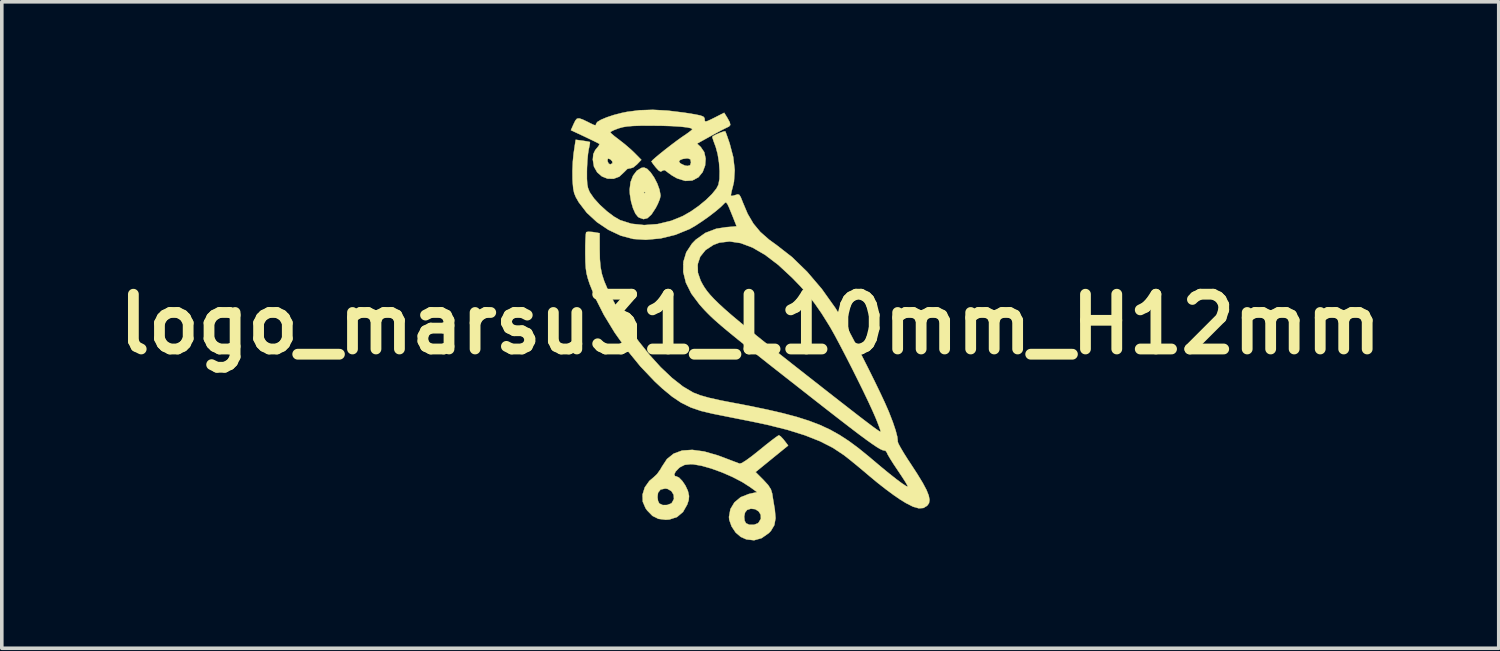
<source format=kicad_pcb>
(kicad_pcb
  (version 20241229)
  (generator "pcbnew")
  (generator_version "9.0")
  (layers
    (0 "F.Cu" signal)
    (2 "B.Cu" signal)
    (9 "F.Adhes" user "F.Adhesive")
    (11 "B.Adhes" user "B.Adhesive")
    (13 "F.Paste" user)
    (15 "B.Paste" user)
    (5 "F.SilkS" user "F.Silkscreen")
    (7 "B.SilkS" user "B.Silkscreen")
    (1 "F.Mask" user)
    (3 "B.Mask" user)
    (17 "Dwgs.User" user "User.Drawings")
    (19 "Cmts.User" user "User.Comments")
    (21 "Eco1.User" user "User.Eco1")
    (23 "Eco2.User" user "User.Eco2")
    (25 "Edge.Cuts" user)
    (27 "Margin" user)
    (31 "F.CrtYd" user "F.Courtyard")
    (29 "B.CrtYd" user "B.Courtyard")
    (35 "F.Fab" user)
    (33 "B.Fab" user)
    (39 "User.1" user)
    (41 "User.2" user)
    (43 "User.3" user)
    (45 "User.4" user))
  (footprint "logo_marsu31_L10mm_H12mm"
    (layer "F.Cu")
    (at 17.824 5.97)
    (property "Reference" "logo_marsu31_L10mm_H12mm" (at 0 0 0) (layer "F.SilkS") (effects (font (size 1.524 1.524) (thickness 0.3))))
    (attr through_hole)
    (fp_poly (pts (xy -2.87 -4.323) (xy -2.772 -4.223) (xy -2.674 -4.08) (xy -2.588 -3.914) (xy -2.526 -3.744) (xy -2.498 -3.589) (xy -2.498 -3.569) (xy -2.518 -3.48) (xy -2.571 -3.351) (xy -2.629 -3.237) (xy -2.748 -3.055) (xy -2.859 -2.952) (xy -2.97 -2.923) (xy -3.09 -2.965) (xy -3.123 -2.986) (xy -3.196 -3.077) (xy -3.263 -3.228) (xy -3.317 -3.416) (xy -3.35 -3.618) (xy -3.352 -3.662) (xy -2.963 -3.662) (xy -2.942 -3.641) (xy -2.921 -3.662) (xy -2.942 -3.683) (xy -2.963 -3.662) (xy -3.352 -3.662) (xy -3.356 -3.747) (xy -3.331 -3.953) (xy -3.261 -4.133) (xy -3.157 -4.27) (xy -3.031 -4.348) (xy -2.957 -4.36) (xy -2.87 -4.323)) (stroke (width 0.01) (type solid)) (fill yes) (layer "F.SilkS"))
    (fp_poly (pts (xy 0.845 3.121) (xy 0.918 3.199) (xy 0.945 3.233) (xy 1.054 3.375) (xy 0.6 3.744) (xy 0.147 4.113) (xy 0.366 4.332) (xy 0.497 4.475) (xy 0.573 4.593) (xy 0.609 4.71) (xy 0.611 4.72) (xy 0.632 4.858) (xy 0.661 5.032) (xy 0.682 5.152) (xy 0.703 5.396) (xy 0.669 5.59) (xy 0.574 5.75) (xy 0.518 5.809) (xy 0.315 5.952) (xy 0.105 6.011) (xy -0.11 5.986) (xy -0.265 5.917) (xy -0.407 5.796) (xy -0.52 5.626) (xy -0.585 5.443) (xy -0.593 5.362) (xy -0.591 5.353) (xy -0.17 5.353) (xy -0.157 5.469) (xy -0.119 5.537) (xy -0.024 5.581) (xy 0.1 5.581) (xy 0.209 5.539) (xy 0.23 5.521) (xy 0.295 5.412) (xy 0.291 5.302) (xy 0.234 5.208) (xy 0.137 5.146) (xy 0.015 5.133) (xy -0.087 5.166) (xy -0.146 5.239) (xy -0.17 5.353) (xy -0.591 5.353) (xy -0.553 5.144) (xy -0.441 4.957) (xy -0.268 4.813) (xy -0.043 4.724) (xy -0.034 4.722) (xy 0.189 4.672) (xy -0.001 4.534) (xy -0.229 4.388) (xy -0.499 4.248) (xy -0.791 4.121) (xy -1.083 4.015) (xy -1.355 3.938) (xy -1.587 3.898) (xy -1.663 3.895) (xy -1.825 3.913) (xy -1.952 3.977) (xy -1.986 4.004) (xy -2.077 4.099) (xy -2.115 4.178) (xy -2.094 4.226) (xy -2.057 4.233) (xy -1.981 4.269) (xy -1.892 4.361) (xy -1.806 4.488) (xy -1.741 4.626) (xy -1.731 4.657) (xy -1.704 4.78) (xy -1.713 4.89) (xy -1.754 5.016) (xy -1.872 5.224) (xy -2.038 5.364) (xy -2.249 5.433) (xy -2.354 5.44) (xy -2.556 5.415) (xy -2.721 5.333) (xy -2.869 5.181) (xy -2.914 5.118) (xy -2.992 4.936) (xy -2.995 4.805) (xy -2.582 4.805) (xy -2.567 4.914) (xy -2.532 4.987) (xy -2.437 5.031) (xy -2.313 5.03) (xy -2.204 4.988) (xy -2.183 4.971) (xy -2.124 4.862) (xy -2.132 4.745) (xy -2.195 4.643) (xy -2.303 4.581) (xy -2.369 4.572) (xy -2.496 4.6) (xy -2.566 4.688) (xy -2.582 4.805) (xy -2.995 4.805) (xy -2.997 4.737) (xy -2.935 4.539) (xy -2.809 4.361) (xy -2.685 4.256) (xy -2.593 4.169) (xy -2.501 4.04) (xy -2.462 3.97) (xy -2.319 3.752) (xy -2.131 3.601) (xy -1.897 3.515) (xy -1.615 3.496) (xy -1.282 3.541) (xy -0.897 3.652) (xy -0.744 3.709) (xy -0.571 3.775) (xy -0.424 3.831) (xy -0.322 3.869) (xy -0.294 3.879) (xy -0.234 3.861) (xy -0.118 3.789) (xy 0.045 3.67) (xy 0.25 3.507) (xy 0.264 3.495) (xy 0.438 3.354) (xy 0.591 3.234) (xy 0.71 3.145) (xy 0.782 3.097) (xy 0.796 3.09) (xy 0.845 3.121)) (stroke (width 0.01) (type solid)) (fill yes) (layer "F.SilkS"))
    (fp_poly (pts (xy -2.302 -5.943) (xy -1.837 -5.886) (xy -1.544 -5.839) (xy -1.392 -5.808) (xy -1.308 -5.777) (xy -1.274 -5.737) (xy -1.27 -5.711) (xy -1.267 -5.66) (xy -1.249 -5.639) (xy -1.2 -5.649) (xy -1.104 -5.692) (xy -0.975 -5.756) (xy -0.726 -5.883) (xy -0.638 -5.741) (xy -0.571 -5.618) (xy -0.556 -5.543) (xy -0.595 -5.498) (xy -0.624 -5.485) (xy -0.691 -5.453) (xy -0.813 -5.391) (xy -0.969 -5.307) (xy -1.089 -5.241) (xy -1.48 -5.025) (xy -1.378 -4.93) (xy -1.281 -4.787) (xy -1.242 -4.607) (xy -1.257 -4.415) (xy -1.325 -4.233) (xy -1.443 -4.088) (xy -1.612 -3.999) (xy -1.808 -3.987) (xy -2.026 -4.054) (xy -2.051 -4.066) (xy -2.179 -4.139) (xy -2.287 -4.216) (xy -2.307 -4.233) (xy -2.381 -4.287) (xy -2.434 -4.278) (xy -2.45 -4.265) (xy -2.494 -4.245) (xy -2.551 -4.278) (xy -2.626 -4.36) (xy -2.7 -4.453) (xy -2.743 -4.517) (xy -2.749 -4.53) (xy -2.747 -4.531) (xy -1.985 -4.531) (xy -1.957 -4.488) (xy -1.929 -4.465) (xy -1.822 -4.415) (xy -1.749 -4.403) (xy -1.674 -4.422) (xy -1.651 -4.496) (xy -1.651 -4.508) (xy -1.666 -4.586) (xy -1.729 -4.612) (xy -1.767 -4.614) (xy -1.878 -4.598) (xy -1.947 -4.571) (xy -1.985 -4.531) (xy -2.747 -4.531) (xy -2.716 -4.567) (xy -2.631 -4.643) (xy -2.506 -4.747) (xy -2.357 -4.866) (xy -2.198 -4.989) (xy -2.044 -5.105) (xy -1.909 -5.202) (xy -1.847 -5.244) (xy -1.728 -5.326) (xy -1.643 -5.392) (xy -1.611 -5.426) (xy -1.649 -5.453) (xy -1.763 -5.477) (xy -1.943 -5.497) (xy -2.179 -5.512) (xy -2.462 -5.521) (xy -2.773 -5.524) (xy -3.052 -5.523) (xy -3.263 -5.516) (xy -3.423 -5.503) (xy -3.549 -5.482) (xy -3.656 -5.452) (xy -3.672 -5.447) (xy -3.794 -5.4) (xy -3.875 -5.359) (xy -3.895 -5.34) (xy -3.863 -5.303) (xy -3.779 -5.231) (xy -3.661 -5.141) (xy -3.651 -5.133) (xy -3.49 -5.007) (xy -3.325 -4.865) (xy -3.219 -4.764) (xy -3.031 -4.573) (xy -3.154 -4.445) (xy -3.253 -4.363) (xy -3.334 -4.337) (xy -3.344 -4.339) (xy -3.42 -4.321) (xy -3.506 -4.235) (xy -3.645 -4.105) (xy -3.805 -4.046) (xy -3.972 -4.05) (xy -4.128 -4.112) (xy -4.259 -4.225) (xy -4.349 -4.384) (xy -4.375 -4.543) (xy -3.974 -4.543) (xy -3.944 -4.475) (xy -3.898 -4.445) (xy -3.839 -4.476) (xy -3.834 -4.483) (xy -3.842 -4.533) (xy -3.89 -4.585) (xy -3.946 -4.608) (xy -3.964 -4.601) (xy -3.974 -4.543) (xy -4.375 -4.543) (xy -4.381 -4.579) (xy -4.367 -4.733) (xy -4.314 -4.844) (xy -4.279 -4.886) (xy -4.217 -4.963) (xy -4.195 -5.012) (xy -4.197 -5.016) (xy -4.242 -5.041) (xy -4.346 -5.093) (xy -4.493 -5.164) (xy -4.604 -5.217) (xy -4.991 -5.398) (xy -4.911 -5.577) (xy -4.866 -5.668) (xy -4.822 -5.718) (xy -4.761 -5.727) (xy -4.665 -5.696) (xy -4.517 -5.625) (xy -4.451 -5.591) (xy -4.349 -5.543) (xy -4.301 -5.535) (xy -4.291 -5.566) (xy -4.291 -5.574) (xy -4.256 -5.626) (xy -4.152 -5.689) (xy -3.995 -5.755) (xy -3.8 -5.82) (xy -3.58 -5.877) (xy -3.429 -5.908) (xy -3.083 -5.953) (xy -2.712 -5.965) (xy -2.302 -5.943)) (stroke (width 0.01) (type solid)) (fill yes) (layer "F.SilkS"))
    (fp_poly (pts (xy -0.696 -5.367) (xy -0.678 -5.324) (xy -0.64 -5.22) (xy -0.59 -5.076) (xy -0.574 -5.029) (xy -0.474 -4.648) (xy -0.433 -4.29) (xy -0.454 -3.968) (xy -0.484 -3.835) (xy -0.519 -3.703) (xy -0.538 -3.606) (xy -0.538 -3.571) (xy -0.49 -3.572) (xy -0.41 -3.595) (xy -0.347 -3.613) (xy -0.304 -3.598) (xy -0.265 -3.534) (xy -0.214 -3.406) (xy -0.214 -3.405) (xy -0.073 -3.071) (xy 0.086 -2.8) (xy 0.279 -2.567) (xy 0.525 -2.351) (xy 0.73 -2.203) (xy 1.162 -1.867) (xy 1.584 -1.456) (xy 1.99 -0.98) (xy 2.369 -0.448) (xy 2.55 -0.156) (xy 2.664 0.044) (xy 2.804 0.302) (xy 2.961 0.6) (xy 3.128 0.925) (xy 3.297 1.259) (xy 3.46 1.588) (xy 3.609 1.896) (xy 3.736 2.167) (xy 3.833 2.386) (xy 3.862 2.455) (xy 3.967 2.726) (xy 4.044 2.956) (xy 4.09 3.133) (xy 4.103 3.248) (xy 4.101 3.263) (xy 4.119 3.318) (xy 4.178 3.428) (xy 4.268 3.581) (xy 4.382 3.762) (xy 4.442 3.852) (xy 4.644 4.162) (xy 4.797 4.413) (xy 4.903 4.612) (xy 4.965 4.768) (xy 4.987 4.888) (xy 4.972 4.979) (xy 4.921 5.049) (xy 4.918 5.052) (xy 4.815 5.113) (xy 4.688 5.122) (xy 4.529 5.077) (xy 4.327 4.974) (xy 4.169 4.877) (xy 3.986 4.751) (xy 3.767 4.589) (xy 3.541 4.412) (xy 3.333 4.24) (xy 3.33 4.237) (xy 3.136 4.073) (xy 2.939 3.909) (xy 2.758 3.762) (xy 2.618 3.652) (xy 2.605 3.642) (xy 2.299 3.439) (xy 1.94 3.256) (xy 1.52 3.09) (xy 1.035 2.938) (xy 0.475 2.798) (xy 0.064 2.711) (xy -0.208 2.657) (xy -0.49 2.601) (xy -0.755 2.548) (xy -0.975 2.504) (xy -1.037 2.492) (xy -1.37 2.413) (xy -1.657 2.315) (xy -1.919 2.186) (xy -2.174 2.015) (xy -2.443 1.793) (xy -2.66 1.591) (xy -3.056 1.175) (xy -3.43 0.717) (xy -3.773 0.233) (xy -4.073 -0.26) (xy -4.318 -0.744) (xy -4.47 -1.122) (xy -4.521 -1.278) (xy -4.556 -1.415) (xy -4.576 -1.557) (xy -4.587 -1.729) (xy -4.591 -1.957) (xy -4.591 -1.997) (xy -4.59 -2.202) (xy -4.584 -2.375) (xy -4.576 -2.501) (xy -4.566 -2.56) (xy -4.564 -2.562) (xy -4.508 -2.573) (xy -4.402 -2.567) (xy -4.363 -2.562) (xy -4.191 -2.533) (xy -4.19 -2.081) (xy -4.185 -1.81) (xy -4.166 -1.591) (xy -4.128 -1.396) (xy -4.064 -1.198) (xy -3.967 -0.97) (xy -3.894 -0.812) (xy -3.665 -0.375) (xy -3.402 0.054) (xy -3.113 0.467) (xy -2.806 0.851) (xy -2.492 1.197) (xy -2.178 1.494) (xy -1.874 1.733) (xy -1.588 1.902) (xy -1.583 1.904) (xy -1.396 1.977) (xy -1.145 2.048) (xy -0.822 2.12) (xy -0.626 2.158) (xy -0.045 2.269) (xy 0.463 2.374) (xy 0.905 2.476) (xy 1.293 2.579) (xy 1.635 2.688) (xy 1.942 2.805) (xy 2.223 2.936) (xy 2.487 3.084) (xy 2.745 3.252) (xy 3.006 3.445) (xy 3.28 3.667) (xy 3.408 3.775) (xy 3.648 3.977) (xy 3.868 4.157) (xy 4.059 4.308) (xy 4.214 4.423) (xy 4.324 4.496) (xy 4.38 4.521) (xy 4.384 4.52) (xy 4.368 4.48) (xy 4.313 4.385) (xy 4.225 4.248) (xy 4.115 4.083) (xy 4.1 4.061) (xy 3.985 3.889) (xy 3.891 3.74) (xy 3.825 3.628) (xy 3.798 3.569) (xy 3.797 3.567) (xy 3.762 3.521) (xy 3.728 3.514) (xy 3.683 3.504) (xy 3.615 3.473) (xy 3.519 3.416) (xy 3.391 3.33) (xy 3.225 3.212) (xy 3.016 3.057) (xy 2.76 2.862) (xy 2.45 2.623) (xy 2.082 2.337) (xy 1.854 2.159) (xy 1.349 1.763) (xy 0.906 1.416) (xy 0.519 1.112) (xy 0.186 0.848) (xy -0.101 0.621) (xy -0.345 0.425) (xy -0.551 0.257) (xy -0.724 0.114) (xy -0.869 -0.01) (xy -0.991 -0.117) (xy -1.094 -0.213) (xy -1.183 -0.301) (xy -1.264 -0.384) (xy -1.341 -0.468) (xy -1.412 -0.548) (xy -1.64 -0.852) (xy -1.791 -1.155) (xy -1.865 -1.452) (xy -1.862 -1.666) (xy -1.464 -1.666) (xy -1.457 -1.433) (xy -1.381 -1.213) (xy -1.33 -1.116) (xy -1.273 -1.021) (xy -1.203 -0.922) (xy -1.117 -0.818) (xy -1.01 -0.703) (xy -0.878 -0.573) (xy -0.716 -0.424) (xy -0.52 -0.253) (xy -0.285 -0.056) (xy -0.006 0.173) (xy 0.321 0.436) (xy 0.7 0.738) (xy 1.137 1.083) (xy 1.635 1.474) (xy 1.744 1.559) (xy 2.161 1.886) (xy 2.516 2.163) (xy 2.813 2.394) (xy 3.057 2.583) (xy 3.251 2.731) (xy 3.399 2.843) (xy 3.507 2.921) (xy 3.578 2.969) (xy 3.617 2.991) (xy 3.626 2.992) (xy 3.618 2.948) (xy 3.582 2.845) (xy 3.526 2.699) (xy 3.485 2.599) (xy 3.397 2.398) (xy 3.278 2.141) (xy 3.136 1.845) (xy 2.978 1.525) (xy 2.814 1.197) (xy 2.65 0.876) (xy 2.494 0.577) (xy 2.355 0.316) (xy 2.239 0.109) (xy 2.193 0.032) (xy 1.988 -0.296) (xy 1.797 -0.571) (xy 1.603 -0.819) (xy 1.385 -1.065) (xy 1.164 -1.293) (xy 0.779 -1.65) (xy 0.411 -1.93) (xy 0.061 -2.133) (xy -0.269 -2.257) (xy -0.576 -2.303) (xy -0.861 -2.269) (xy -1.025 -2.207) (xy -1.246 -2.062) (xy -1.393 -1.879) (xy -1.464 -1.666) (xy -1.862 -1.666) (xy -1.861 -1.736) (xy -1.781 -2.001) (xy -1.622 -2.243) (xy -1.516 -2.352) (xy -1.249 -2.541) (xy -0.945 -2.657) (xy -0.667 -2.7) (xy -0.524 -2.711) (xy -0.422 -2.72) (xy -0.382 -2.726) (xy -0.382 -2.726) (xy -0.396 -2.764) (xy -0.436 -2.864) (xy -0.492 -3.006) (xy -0.523 -3.082) (xy -0.591 -3.248) (xy -0.637 -3.345) (xy -0.672 -3.386) (xy -0.701 -3.383) (xy -0.723 -3.36) (xy -0.821 -3.263) (xy -0.97 -3.137) (xy -1.152 -2.997) (xy -1.346 -2.86) (xy -1.53 -2.739) (xy -1.686 -2.65) (xy -1.69 -2.648) (xy -2.082 -2.488) (xy -2.495 -2.387) (xy -2.906 -2.349) (xy -3.256 -2.372) (xy -3.601 -2.463) (xy -3.944 -2.624) (xy -4.267 -2.841) (xy -4.549 -3.101) (xy -4.771 -3.391) (xy -4.781 -3.408) (xy -4.854 -3.536) (xy -4.899 -3.647) (xy -4.925 -3.769) (xy -4.94 -3.933) (xy -4.946 -4.035) (xy -4.948 -4.267) (xy -4.937 -4.523) (xy -4.915 -4.752) (xy -4.911 -4.776) (xy -4.858 -5.132) (xy -4.665 -5.106) (xy -4.549 -5.088) (xy -4.474 -5.073) (xy -4.461 -5.068) (xy -4.463 -5.024) (xy -4.482 -4.926) (xy -4.495 -4.867) (xy -4.515 -4.74) (xy -4.532 -4.559) (xy -4.543 -4.354) (xy -4.545 -4.255) (xy -4.545 -4.046) (xy -4.536 -3.899) (xy -4.515 -3.791) (xy -4.478 -3.697) (xy -4.46 -3.662) (xy -4.347 -3.499) (xy -4.183 -3.319) (xy -3.991 -3.144) (xy -3.793 -2.994) (xy -3.625 -2.897) (xy -3.306 -2.795) (xy -2.951 -2.758) (xy -2.576 -2.786) (xy -2.198 -2.878) (xy -1.882 -3.007) (xy -1.662 -3.132) (xy -1.442 -3.285) (xy -1.238 -3.452) (xy -1.067 -3.619) (xy -0.942 -3.773) (xy -0.887 -3.881) (xy -0.857 -4.043) (xy -0.853 -4.258) (xy -0.87 -4.496) (xy -0.907 -4.731) (xy -0.961 -4.932) (xy -0.969 -4.953) (xy -1.017 -5.082) (xy -1.049 -5.178) (xy -1.058 -5.213) (xy -1.023 -5.242) (xy -0.939 -5.285) (xy -0.836 -5.329) (xy -0.745 -5.361) (xy -0.697 -5.368) (xy -0.696 -5.367)) (stroke (width 0.01) (type solid)) (fill yes) (layer "F.SilkS")))
  (gr_rect
    (start -3 -3)
    (end 38.647 14.986)
    (stroke (width 0.1) (type default))
    (fill no)
    (layer "Edge.Cuts")))
</source>
